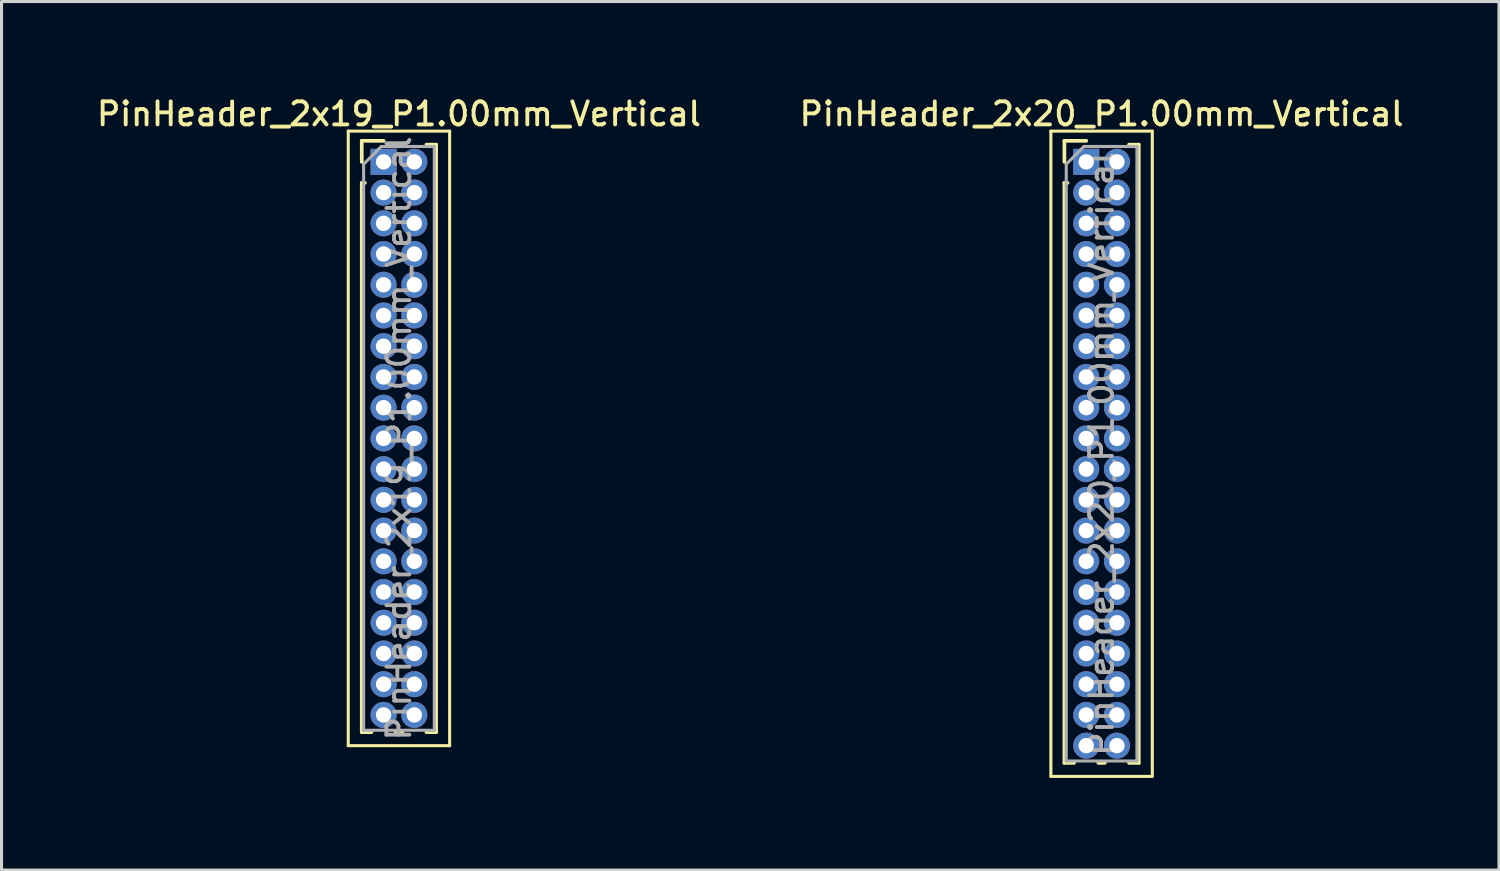
<source format=kicad_pcb>
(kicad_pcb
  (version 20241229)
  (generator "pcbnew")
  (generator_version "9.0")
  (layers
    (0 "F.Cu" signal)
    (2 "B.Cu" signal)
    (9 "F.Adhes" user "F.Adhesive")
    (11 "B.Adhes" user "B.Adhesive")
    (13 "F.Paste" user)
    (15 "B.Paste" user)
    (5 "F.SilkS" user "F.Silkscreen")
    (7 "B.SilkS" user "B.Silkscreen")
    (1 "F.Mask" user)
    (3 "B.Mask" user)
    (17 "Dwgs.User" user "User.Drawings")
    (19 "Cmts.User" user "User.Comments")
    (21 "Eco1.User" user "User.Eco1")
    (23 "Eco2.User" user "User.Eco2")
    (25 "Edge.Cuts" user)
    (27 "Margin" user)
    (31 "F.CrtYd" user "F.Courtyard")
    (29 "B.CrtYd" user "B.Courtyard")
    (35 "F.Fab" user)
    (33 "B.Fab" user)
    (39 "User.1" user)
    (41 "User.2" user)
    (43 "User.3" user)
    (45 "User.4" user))
  (footprint "PinHeader_2x20_P1.00mm_Vertical"
    (layer "F.Cu")
    (at 32.302 2.218)
    (property "Reference" "PinHeader_2x20_P1.00mm_Vertical" (at 0.5 -1.56 0) (layer "F.SilkS") (effects (font (size 0.75 0.75) (thickness 0.125))))
    (attr through_hole)
    (fp_line (start -1.15 -1) (end -1.15 20) (stroke (width 0.1) (type solid)) (layer "F.SilkS"))
    (fp_line (start -1.15 20) (end 2.15 20) (stroke (width 0.1) (type solid)) (layer "F.SilkS"))
    (fp_line (start -0.71 -0.685) (end 0 -0.685) (stroke (width 0.12) (type solid)) (layer "F.SilkS"))
    (fp_line (start -0.71 0) (end -0.71 -0.685) (stroke (width 0.12) (type solid)) (layer "F.SilkS"))
    (fp_line (start -0.71 0.685) (end -0.71 19.56) (stroke (width 0.12) (type solid)) (layer "F.SilkS"))
    (fp_line (start -0.71 0.685) (end -0.608 0.685) (stroke (width 0.12) (type solid)) (layer "F.SilkS"))
    (fp_line (start -0.71 19.56) (end -0.394 19.56) (stroke (width 0.12) (type solid)) (layer "F.SilkS"))
    (fp_line (start 0.394 19.56) (end 0.606 19.56) (stroke (width 0.12) (type solid)) (layer "F.SilkS"))
    (fp_line (start 1.394 -0.56) (end 1.71 -0.56) (stroke (width 0.12) (type solid)) (layer "F.SilkS"))
    (fp_line (start 1.394 19.56) (end 1.71 19.56) (stroke (width 0.12) (type solid)) (layer "F.SilkS"))
    (fp_line (start 1.71 -0.56) (end 1.71 19.56) (stroke (width 0.12) (type solid)) (layer "F.SilkS"))
    (fp_line (start 2.15 -1) (end -1.15 -1) (stroke (width 0.1) (type solid)) (layer "F.SilkS"))
    (fp_line (start 2.15 20) (end 2.15 -1) (stroke (width 0.1) (type solid)) (layer "F.SilkS"))
    (fp_line (start -0.65 0.075) (end -0.075 -0.5) (stroke (width 0.1) (type solid)) (layer "F.Fab"))
    (fp_line (start -0.65 19.5) (end -0.65 0.075) (stroke (width 0.1) (type solid)) (layer "F.Fab"))
    (fp_line (start -0.075 -0.5) (end 1.65 -0.5) (stroke (width 0.1) (type solid)) (layer "F.Fab"))
    (fp_line (start 1.65 -0.5) (end 1.65 19.5) (stroke (width 0.1) (type solid)) (layer "F.Fab"))
    (fp_line (start 1.65 19.5) (end -0.65 19.5) (stroke (width 0.1) (type solid)) (layer "F.Fab"))
    (fp_text user "${REFERENCE}" (at 0.5 9.5 90) (layer "F.Fab") (effects (font (size 0.75 0.75) (thickness 0.125))))
    (pad "1" thru_hole rect (at 0 0) (size 0.85 0.85) (drill 0.5) (layers "*.Cu" "*.Mask"))
    (pad "2" thru_hole oval (at 1 0) (size 0.85 0.85) (drill 0.5) (layers "*.Cu" "*.Mask"))
    (pad "3" thru_hole oval (at 0 1) (size 0.85 0.85) (drill 0.5) (layers "*.Cu" "*.Mask"))
    (pad "4" thru_hole oval (at 1 1) (size 0.85 0.85) (drill 0.5) (layers "*.Cu" "*.Mask"))
    (pad "5" thru_hole oval (at 0 2) (size 0.85 0.85) (drill 0.5) (layers "*.Cu" "*.Mask"))
    (pad "6" thru_hole oval (at 1 2) (size 0.85 0.85) (drill 0.5) (layers "*.Cu" "*.Mask"))
    (pad "7" thru_hole oval (at 0 3) (size 0.85 0.85) (drill 0.5) (layers "*.Cu" "*.Mask"))
    (pad "8" thru_hole oval (at 1 3) (size 0.85 0.85) (drill 0.5) (layers "*.Cu" "*.Mask"))
    (pad "9" thru_hole oval (at 0 4) (size 0.85 0.85) (drill 0.5) (layers "*.Cu" "*.Mask"))
    (pad "10" thru_hole oval (at 1 4) (size 0.85 0.85) (drill 0.5) (layers "*.Cu" "*.Mask"))
    (pad "11" thru_hole oval (at 0 5) (size 0.85 0.85) (drill 0.5) (layers "*.Cu" "*.Mask"))
    (pad "12" thru_hole oval (at 1 5) (size 0.85 0.85) (drill 0.5) (layers "*.Cu" "*.Mask"))
    (pad "13" thru_hole oval (at 0 6) (size 0.85 0.85) (drill 0.5) (layers "*.Cu" "*.Mask"))
    (pad "14" thru_hole oval (at 1 6) (size 0.85 0.85) (drill 0.5) (layers "*.Cu" "*.Mask"))
    (pad "15" thru_hole oval (at 0 7) (size 0.85 0.85) (drill 0.5) (layers "*.Cu" "*.Mask"))
    (pad "16" thru_hole oval (at 1 7) (size 0.85 0.85) (drill 0.5) (layers "*.Cu" "*.Mask"))
    (pad "17" thru_hole oval (at 0 8) (size 0.85 0.85) (drill 0.5) (layers "*.Cu" "*.Mask"))
    (pad "18" thru_hole oval (at 1 8) (size 0.85 0.85) (drill 0.5) (layers "*.Cu" "*.Mask"))
    (pad "19" thru_hole oval (at 0 9) (size 0.85 0.85) (drill 0.5) (layers "*.Cu" "*.Mask"))
    (pad "20" thru_hole oval (at 1 9) (size 0.85 0.85) (drill 0.5) (layers "*.Cu" "*.Mask"))
    (pad "21" thru_hole oval (at 0 10) (size 0.85 0.85) (drill 0.5) (layers "*.Cu" "*.Mask"))
    (pad "22" thru_hole oval (at 1 10) (size 0.85 0.85) (drill 0.5) (layers "*.Cu" "*.Mask"))
    (pad "23" thru_hole oval (at 0 11) (size 0.85 0.85) (drill 0.5) (layers "*.Cu" "*.Mask"))
    (pad "24" thru_hole oval (at 1 11) (size 0.85 0.85) (drill 0.5) (layers "*.Cu" "*.Mask"))
    (pad "25" thru_hole oval (at 0 12) (size 0.85 0.85) (drill 0.5) (layers "*.Cu" "*.Mask"))
    (pad "26" thru_hole oval (at 1 12) (size 0.85 0.85) (drill 0.5) (layers "*.Cu" "*.Mask"))
    (pad "27" thru_hole oval (at 0 13) (size 0.85 0.85) (drill 0.5) (layers "*.Cu" "*.Mask"))
    (pad "28" thru_hole oval (at 1 13) (size 0.85 0.85) (drill 0.5) (layers "*.Cu" "*.Mask"))
    (pad "29" thru_hole oval (at 0 14) (size 0.85 0.85) (drill 0.5) (layers "*.Cu" "*.Mask"))
    (pad "30" thru_hole oval (at 1 14) (size 0.85 0.85) (drill 0.5) (layers "*.Cu" "*.Mask"))
    (pad "31" thru_hole oval (at 0 15) (size 0.85 0.85) (drill 0.5) (layers "*.Cu" "*.Mask"))
    (pad "32" thru_hole oval (at 1 15) (size 0.85 0.85) (drill 0.5) (layers "*.Cu" "*.Mask"))
    (pad "33" thru_hole oval (at 0 16) (size 0.85 0.85) (drill 0.5) (layers "*.Cu" "*.Mask"))
    (pad "34" thru_hole oval (at 1 16) (size 0.85 0.85) (drill 0.5) (layers "*.Cu" "*.Mask"))
    (pad "35" thru_hole oval (at 0 17) (size 0.85 0.85) (drill 0.5) (layers "*.Cu" "*.Mask"))
    (pad "36" thru_hole oval (at 1 17) (size 0.85 0.85) (drill 0.5) (layers "*.Cu" "*.Mask"))
    (pad "37" thru_hole oval (at 0 18) (size 0.85 0.85) (drill 0.5) (layers "*.Cu" "*.Mask"))
    (pad "38" thru_hole oval (at 1 18) (size 0.85 0.85) (drill 0.5) (layers "*.Cu" "*.Mask"))
    (pad "39" thru_hole oval (at 0 19) (size 0.85 0.85) (drill 0.5) (layers "*.Cu" "*.Mask"))
    (pad "40" thru_hole oval (at 1 19) (size 0.85 0.85) (drill 0.5) (layers "*.Cu" "*.Mask")))
  (footprint "PinHeader_2x19_P1.00mm_Vertical"
    (layer "F.Cu")
    (at 9.434 2.218)
    (property "Reference" "PinHeader_2x19_P1.00mm_Vertical" (at 0.5 -1.56 0) (layer "F.SilkS") (effects (font (size 0.75 0.75) (thickness 0.125))))
    (attr through_hole)
    (fp_line (start -1.15 -1) (end -1.15 19) (stroke (width 0.1) (type solid)) (layer "F.SilkS"))
    (fp_line (start -1.15 19) (end 2.15 19) (stroke (width 0.1) (type solid)) (layer "F.SilkS"))
    (fp_line (start -0.71 -0.685) (end 0 -0.685) (stroke (width 0.12) (type solid)) (layer "F.SilkS"))
    (fp_line (start -0.71 0) (end -0.71 -0.685) (stroke (width 0.12) (type solid)) (layer "F.SilkS"))
    (fp_line (start -0.71 0.685) (end -0.71 18.56) (stroke (width 0.12) (type solid)) (layer "F.SilkS"))
    (fp_line (start -0.71 0.685) (end -0.608 0.685) (stroke (width 0.12) (type solid)) (layer "F.SilkS"))
    (fp_line (start -0.71 18.56) (end -0.394 18.56) (stroke (width 0.12) (type solid)) (layer "F.SilkS"))
    (fp_line (start 0.394 18.56) (end 0.606 18.56) (stroke (width 0.12) (type solid)) (layer "F.SilkS"))
    (fp_line (start 1.394 -0.56) (end 1.71 -0.56) (stroke (width 0.12) (type solid)) (layer "F.SilkS"))
    (fp_line (start 1.394 18.56) (end 1.71 18.56) (stroke (width 0.12) (type solid)) (layer "F.SilkS"))
    (fp_line (start 1.71 -0.56) (end 1.71 18.56) (stroke (width 0.12) (type solid)) (layer "F.SilkS"))
    (fp_line (start 2.15 -1) (end -1.15 -1) (stroke (width 0.1) (type solid)) (layer "F.SilkS"))
    (fp_line (start 2.15 19) (end 2.15 -1) (stroke (width 0.1) (type solid)) (layer "F.SilkS"))
    (fp_line (start -0.65 0.075) (end -0.075 -0.5) (stroke (width 0.1) (type solid)) (layer "F.Fab"))
    (fp_line (start -0.65 18.5) (end -0.65 0.075) (stroke (width 0.1) (type solid)) (layer "F.Fab"))
    (fp_line (start -0.075 -0.5) (end 1.65 -0.5) (stroke (width 0.1) (type solid)) (layer "F.Fab"))
    (fp_line (start 1.65 -0.5) (end 1.65 18.5) (stroke (width 0.1) (type solid)) (layer "F.Fab"))
    (fp_line (start 1.65 18.5) (end -0.65 18.5) (stroke (width 0.1) (type solid)) (layer "F.Fab"))
    (fp_text user "${REFERENCE}" (at 0.5 9 90) (layer "F.Fab") (effects (font (size 0.75 0.75) (thickness 0.125))))
    (pad "1" thru_hole rect (at 0 0) (size 0.85 0.85) (drill 0.5) (layers "*.Cu" "*.Mask"))
    (pad "2" thru_hole oval (at 1 0) (size 0.85 0.85) (drill 0.5) (layers "*.Cu" "*.Mask"))
    (pad "3" thru_hole oval (at 0 1) (size 0.85 0.85) (drill 0.5) (layers "*.Cu" "*.Mask"))
    (pad "4" thru_hole oval (at 1 1) (size 0.85 0.85) (drill 0.5) (layers "*.Cu" "*.Mask"))
    (pad "5" thru_hole oval (at 0 2) (size 0.85 0.85) (drill 0.5) (layers "*.Cu" "*.Mask"))
    (pad "6" thru_hole oval (at 1 2) (size 0.85 0.85) (drill 0.5) (layers "*.Cu" "*.Mask"))
    (pad "7" thru_hole oval (at 0 3) (size 0.85 0.85) (drill 0.5) (layers "*.Cu" "*.Mask"))
    (pad "8" thru_hole oval (at 1 3) (size 0.85 0.85) (drill 0.5) (layers "*.Cu" "*.Mask"))
    (pad "9" thru_hole oval (at 0 4) (size 0.85 0.85) (drill 0.5) (layers "*.Cu" "*.Mask"))
    (pad "10" thru_hole oval (at 1 4) (size 0.85 0.85) (drill 0.5) (layers "*.Cu" "*.Mask"))
    (pad "11" thru_hole oval (at 0 5) (size 0.85 0.85) (drill 0.5) (layers "*.Cu" "*.Mask"))
    (pad "12" thru_hole oval (at 1 5) (size 0.85 0.85) (drill 0.5) (layers "*.Cu" "*.Mask"))
    (pad "13" thru_hole oval (at 0 6) (size 0.85 0.85) (drill 0.5) (layers "*.Cu" "*.Mask"))
    (pad "14" thru_hole oval (at 1 6) (size 0.85 0.85) (drill 0.5) (layers "*.Cu" "*.Mask"))
    (pad "15" thru_hole oval (at 0 7) (size 0.85 0.85) (drill 0.5) (layers "*.Cu" "*.Mask"))
    (pad "16" thru_hole oval (at 1 7) (size 0.85 0.85) (drill 0.5) (layers "*.Cu" "*.Mask"))
    (pad "17" thru_hole oval (at 0 8) (size 0.85 0.85) (drill 0.5) (layers "*.Cu" "*.Mask"))
    (pad "18" thru_hole oval (at 1 8) (size 0.85 0.85) (drill 0.5) (layers "*.Cu" "*.Mask"))
    (pad "19" thru_hole oval (at 0 9) (size 0.85 0.85) (drill 0.5) (layers "*.Cu" "*.Mask"))
    (pad "20" thru_hole oval (at 1 9) (size 0.85 0.85) (drill 0.5) (layers "*.Cu" "*.Mask"))
    (pad "21" thru_hole oval (at 0 10) (size 0.85 0.85) (drill 0.5) (layers "*.Cu" "*.Mask"))
    (pad "22" thru_hole oval (at 1 10) (size 0.85 0.85) (drill 0.5) (layers "*.Cu" "*.Mask"))
    (pad "23" thru_hole oval (at 0 11) (size 0.85 0.85) (drill 0.5) (layers "*.Cu" "*.Mask"))
    (pad "24" thru_hole oval (at 1 11) (size 0.85 0.85) (drill 0.5) (layers "*.Cu" "*.Mask"))
    (pad "25" thru_hole oval (at 0 12) (size 0.85 0.85) (drill 0.5) (layers "*.Cu" "*.Mask"))
    (pad "26" thru_hole oval (at 1 12) (size 0.85 0.85) (drill 0.5) (layers "*.Cu" "*.Mask"))
    (pad "27" thru_hole oval (at 0 13) (size 0.85 0.85) (drill 0.5) (layers "*.Cu" "*.Mask"))
    (pad "28" thru_hole oval (at 1 13) (size 0.85 0.85) (drill 0.5) (layers "*.Cu" "*.Mask"))
    (pad "29" thru_hole oval (at 0 14) (size 0.85 0.85) (drill 0.5) (layers "*.Cu" "*.Mask"))
    (pad "30" thru_hole oval (at 1 14) (size 0.85 0.85) (drill 0.5) (layers "*.Cu" "*.Mask"))
    (pad "31" thru_hole oval (at 0 15) (size 0.85 0.85) (drill 0.5) (layers "*.Cu" "*.Mask"))
    (pad "32" thru_hole oval (at 1 15) (size 0.85 0.85) (drill 0.5) (layers "*.Cu" "*.Mask"))
    (pad "33" thru_hole oval (at 0 16) (size 0.85 0.85) (drill 0.5) (layers "*.Cu" "*.Mask"))
    (pad "34" thru_hole oval (at 1 16) (size 0.85 0.85) (drill 0.5) (layers "*.Cu" "*.Mask"))
    (pad "35" thru_hole oval (at 0 17) (size 0.85 0.85) (drill 0.5) (layers "*.Cu" "*.Mask"))
    (pad "36" thru_hole oval (at 1 17) (size 0.85 0.85) (drill 0.5) (layers "*.Cu" "*.Mask"))
    (pad "37" thru_hole oval (at 0 18) (size 0.85 0.85) (drill 0.5) (layers "*.Cu" "*.Mask"))
    (pad "38" thru_hole oval (at 1 18) (size 0.85 0.85) (drill 0.5) (layers "*.Cu" "*.Mask")))
  (gr_rect
    (start -3 -3)
    (end 45.736 25.268)
    (stroke (width 0.1) (type default))
    (fill no)
    (layer "Edge.Cuts")))
</source>
